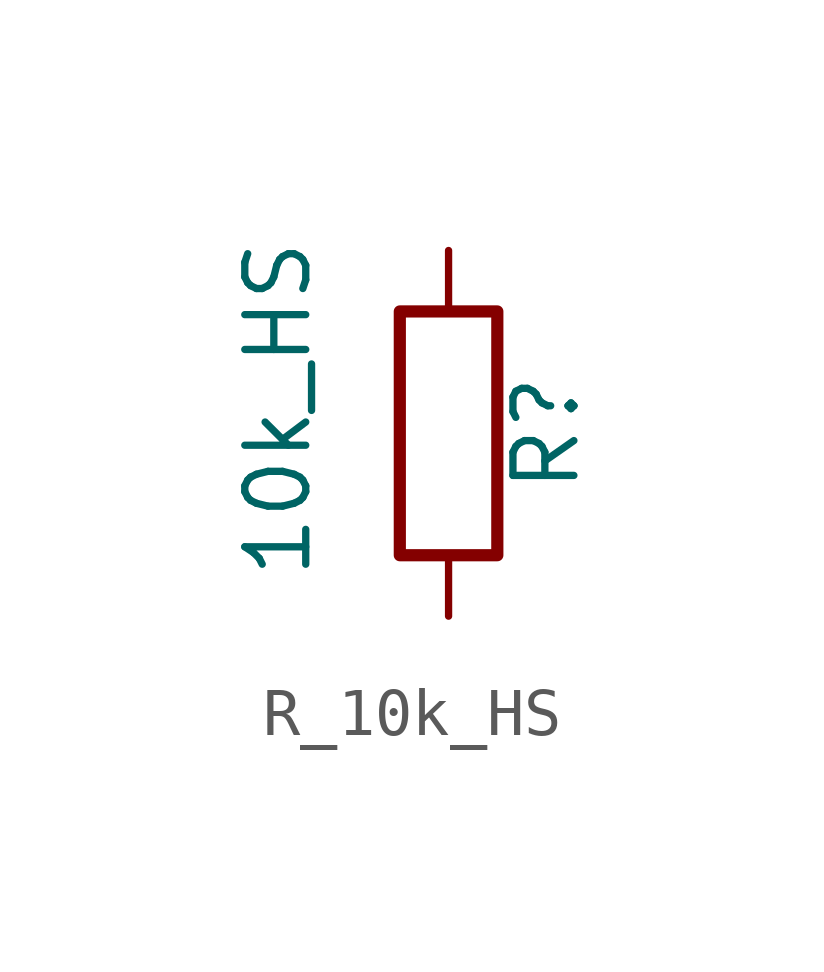
<source format=kicad_sym>
(kicad_symbol_lib
  (version 20241209)
  (generator "kicad_symbol_editor")
  (generator_version "9.0")
  (symbol "R_10k_HS"
    (pin_numbers
      (hide yes))
    (pin_names
      (offset 0))
    (property "Reference" "R"
      (at 2.032 0 90)
      (effects (font (size 1.27 1.27))))
    (property "Value" "10k_HS"
      (at -3.556 0.508 90)
      (effects (font (size 1.27 1.27))))
    (symbol "R_10k_HS_0_1"
      (rectangle (start -1.016 -2.54) (end 1.016 2.54) (stroke (width 0.254) (type default)) (fill (type none))))
    (symbol "R_10k_HS_1_1"
      (pin passive line (at 0 3.81 270) (length 1.27) (name "~" (effects (font (size 1.27 1.27)))) (number "1" (effects (font (size 1.27 1.27)))))
      (pin passive line (at 0 -3.81 90) (length 1.27) (name "~" (effects (font (size 1.27 1.27)))) (number "2" (effects (font (size 1.27 1.27))))))))
</source>
